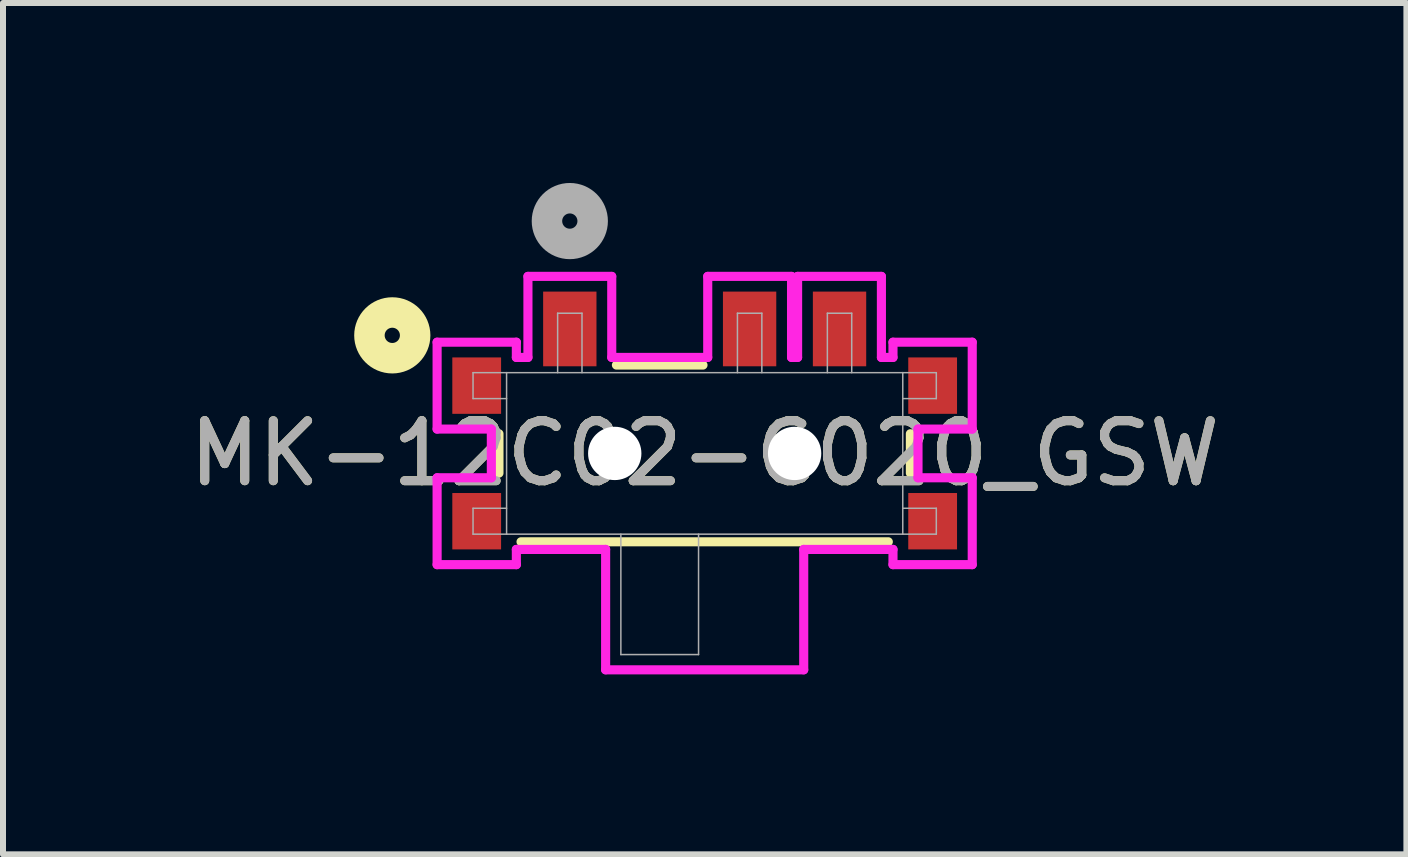
<source format=kicad_pcb>
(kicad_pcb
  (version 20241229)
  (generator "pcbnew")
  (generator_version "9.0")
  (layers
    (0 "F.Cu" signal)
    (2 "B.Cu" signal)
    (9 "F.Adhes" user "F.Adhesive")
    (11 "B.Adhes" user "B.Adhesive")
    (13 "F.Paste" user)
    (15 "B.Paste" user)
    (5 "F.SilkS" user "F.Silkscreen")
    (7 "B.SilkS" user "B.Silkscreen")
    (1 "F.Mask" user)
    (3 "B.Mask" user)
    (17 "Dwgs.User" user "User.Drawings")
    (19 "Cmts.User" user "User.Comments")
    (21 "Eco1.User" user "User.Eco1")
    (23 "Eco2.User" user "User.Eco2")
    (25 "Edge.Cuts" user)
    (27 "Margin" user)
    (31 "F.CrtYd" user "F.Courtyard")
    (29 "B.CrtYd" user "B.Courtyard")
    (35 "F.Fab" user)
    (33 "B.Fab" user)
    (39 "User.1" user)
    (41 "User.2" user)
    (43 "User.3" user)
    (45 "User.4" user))
  (footprint "MK-12C02-G020_GSW"
    (layer "F.Cu")
    (at 8.696 4.508)
    (property "Reference" "MK-12C02-G020_GSW" (at 0 0 0) (unlocked yes) (layer "F.SilkS") (effects (font (size 1 1) (thickness 0.15))))
    (attr smd)
    (fp_line (start -3.429 -0.328) (end -3.429 0.328) (stroke (width 0.152) (type solid)) (layer "F.SilkS"))
    (fp_line (start -3.061 1.473) (end 3.061 1.473) (stroke (width 0.152) (type solid)) (layer "F.SilkS"))
    (fp_line (start -0.028 -1.473) (end -1.471 -1.473) (stroke (width 0.152) (type solid)) (layer "F.SilkS"))
    (fp_line (start 3.429 0.328) (end 3.429 -0.328) (stroke (width 0.152) (type solid)) (layer "F.SilkS"))
    (fp_circle (center -5.207 -1.968) (end -4.826 -1.968) (stroke (width 0.508) (type solid)) (fill no) (layer "F.SilkS"))
    (fp_line (start -4.46 -1.854) (end -4.46 -0.406) (stroke (width 0.152) (type solid)) (layer "F.CrtYd"))
    (fp_line (start -4.46 -0.406) (end -3.556 -0.406) (stroke (width 0.152) (type solid)) (layer "F.CrtYd"))
    (fp_line (start -4.46 0.406) (end -4.46 1.854) (stroke (width 0.152) (type solid)) (layer "F.CrtYd"))
    (fp_line (start -4.46 1.854) (end -3.139 1.854) (stroke (width 0.152) (type solid)) (layer "F.CrtYd"))
    (fp_line (start -3.556 -0.406) (end -3.556 0.406) (stroke (width 0.152) (type solid)) (layer "F.CrtYd"))
    (fp_line (start -3.556 0.406) (end -4.46 0.406) (stroke (width 0.152) (type solid)) (layer "F.CrtYd"))
    (fp_line (start -3.139 -1.854) (end -4.46 -1.854) (stroke (width 0.152) (type solid)) (layer "F.CrtYd"))
    (fp_line (start -3.139 -1.6) (end -3.139 -1.854) (stroke (width 0.152) (type solid)) (layer "F.CrtYd"))
    (fp_line (start -3.139 1.6) (end -1.651 1.6) (stroke (width 0.152) (type solid)) (layer "F.CrtYd"))
    (fp_line (start -3.139 1.854) (end -3.139 1.6) (stroke (width 0.152) (type solid)) (layer "F.CrtYd"))
    (fp_line (start -2.946 -2.951) (end -2.946 -1.6) (stroke (width 0.152) (type solid)) (layer "F.CrtYd"))
    (fp_line (start -2.946 -1.6) (end -3.139 -1.6) (stroke (width 0.152) (type solid)) (layer "F.CrtYd"))
    (fp_line (start -1.651 1.6) (end -1.651 3.607) (stroke (width 0.152) (type solid)) (layer "F.CrtYd"))
    (fp_line (start -1.651 3.607) (end 1.651 3.607) (stroke (width 0.152) (type solid)) (layer "F.CrtYd"))
    (fp_line (start -1.549 -2.951) (end -2.946 -2.951) (stroke (width 0.152) (type solid)) (layer "F.CrtYd"))
    (fp_line (start -1.549 -1.6) (end -1.549 -2.951) (stroke (width 0.152) (type solid)) (layer "F.CrtYd"))
    (fp_line (start 0.051 -2.951) (end 0.051 -1.6) (stroke (width 0.152) (type solid)) (layer "F.CrtYd"))
    (fp_line (start 0.051 -1.6) (end -1.549 -1.6) (stroke (width 0.152) (type solid)) (layer "F.CrtYd"))
    (fp_line (start 1.448 -2.951) (end 0.051 -2.951) (stroke (width 0.152) (type solid)) (layer "F.CrtYd"))
    (fp_line (start 1.448 -1.6) (end 1.448 -2.951) (stroke (width 0.152) (type solid)) (layer "F.CrtYd"))
    (fp_line (start 1.549 -2.951) (end 1.549 -1.6) (stroke (width 0.152) (type solid)) (layer "F.CrtYd"))
    (fp_line (start 1.549 -1.6) (end 1.448 -1.6) (stroke (width 0.152) (type solid)) (layer "F.CrtYd"))
    (fp_line (start 1.651 1.6) (end 3.139 1.6) (stroke (width 0.152) (type solid)) (layer "F.CrtYd"))
    (fp_line (start 1.651 3.607) (end 1.651 1.6) (stroke (width 0.152) (type solid)) (layer "F.CrtYd"))
    (fp_line (start 2.946 -2.951) (end 1.549 -2.951) (stroke (width 0.152) (type solid)) (layer "F.CrtYd"))
    (fp_line (start 2.946 -1.6) (end 2.946 -2.951) (stroke (width 0.152) (type solid)) (layer "F.CrtYd"))
    (fp_line (start 3.139 -1.854) (end 3.139 -1.6) (stroke (width 0.152) (type solid)) (layer "F.CrtYd"))
    (fp_line (start 3.139 -1.6) (end 2.946 -1.6) (stroke (width 0.152) (type solid)) (layer "F.CrtYd"))
    (fp_line (start 3.139 1.6) (end 3.139 1.854) (stroke (width 0.152) (type solid)) (layer "F.CrtYd"))
    (fp_line (start 3.139 1.854) (end 4.46 1.854) (stroke (width 0.152) (type solid)) (layer "F.CrtYd"))
    (fp_line (start 3.556 -0.406) (end 4.46 -0.406) (stroke (width 0.152) (type solid)) (layer "F.CrtYd"))
    (fp_line (start 3.556 0.406) (end 3.556 -0.406) (stroke (width 0.152) (type solid)) (layer "F.CrtYd"))
    (fp_line (start 4.46 -1.854) (end 3.139 -1.854) (stroke (width 0.152) (type solid)) (layer "F.CrtYd"))
    (fp_line (start 4.46 -0.406) (end 4.46 -1.854) (stroke (width 0.152) (type solid)) (layer "F.CrtYd"))
    (fp_line (start 4.46 0.406) (end 3.556 0.406) (stroke (width 0.152) (type solid)) (layer "F.CrtYd"))
    (fp_line (start 4.46 1.854) (end 4.46 0.406) (stroke (width 0.152) (type solid)) (layer "F.CrtYd"))
    (fp_line (start -3.861 -1.346) (end -3.861 -0.914) (stroke (width 0.025) (type solid)) (layer "F.Fab"))
    (fp_line (start -3.861 0.914) (end -3.302 0.914) (stroke (width 0.025) (type solid)) (layer "F.Fab"))
    (fp_line (start -3.861 1.346) (end -3.861 0.914) (stroke (width 0.025) (type solid)) (layer "F.Fab"))
    (fp_line (start -3.302 -1.346) (end -3.861 -1.346) (stroke (width 0.025) (type solid)) (layer "F.Fab"))
    (fp_line (start -3.302 -1.346) (end -3.302 1.346) (stroke (width 0.025) (type solid)) (layer "F.Fab"))
    (fp_line (start -3.302 -0.914) (end -3.861 -0.914) (stroke (width 0.025) (type solid)) (layer "F.Fab"))
    (fp_line (start -3.302 1.346) (end -3.861 1.346) (stroke (width 0.025) (type solid)) (layer "F.Fab"))
    (fp_line (start -3.302 1.346) (end 3.302 1.346) (stroke (width 0.025) (type solid)) (layer "F.Fab"))
    (fp_line (start -2.451 -2.337) (end -2.045 -2.337) (stroke (width 0.025) (type solid)) (layer "F.Fab"))
    (fp_line (start -2.451 -1.346) (end -2.451 -2.337) (stroke (width 0.025) (type solid)) (layer "F.Fab"))
    (fp_line (start -2.045 -2.337) (end -2.045 -1.346) (stroke (width 0.025) (type solid)) (layer "F.Fab"))
    (fp_line (start -1.397 1.346) (end -1.397 3.353) (stroke (width 0.025) (type solid)) (layer "F.Fab"))
    (fp_line (start -1.397 3.353) (end -0.102 3.353) (stroke (width 0.025) (type solid)) (layer "F.Fab"))
    (fp_line (start -0.102 3.353) (end -0.102 1.346) (stroke (width 0.025) (type solid)) (layer "F.Fab"))
    (fp_line (start 0.546 -2.337) (end 0.953 -2.337) (stroke (width 0.025) (type solid)) (layer "F.Fab"))
    (fp_line (start 0.546 -1.346) (end 0.546 -2.337) (stroke (width 0.025) (type solid)) (layer "F.Fab"))
    (fp_line (start 0.953 -2.337) (end 0.953 -1.346) (stroke (width 0.025) (type solid)) (layer "F.Fab"))
    (fp_line (start 2.045 -2.337) (end 2.451 -2.337) (stroke (width 0.025) (type solid)) (layer "F.Fab"))
    (fp_line (start 2.045 -1.346) (end 2.045 -2.337) (stroke (width 0.025) (type solid)) (layer "F.Fab"))
    (fp_line (start 2.451 -2.337) (end 2.451 -1.346) (stroke (width 0.025) (type solid)) (layer "F.Fab"))
    (fp_line (start 3.302 -1.346) (end -3.302 -1.346) (stroke (width 0.025) (type solid)) (layer "F.Fab"))
    (fp_line (start 3.302 -0.914) (end 3.861 -0.914) (stroke (width 0.025) (type solid)) (layer "F.Fab"))
    (fp_line (start 3.302 1.346) (end 3.302 -1.346) (stroke (width 0.025) (type solid)) (layer "F.Fab"))
    (fp_line (start 3.302 1.346) (end 3.861 1.346) (stroke (width 0.025) (type solid)) (layer "F.Fab"))
    (fp_line (start 3.861 -1.346) (end 3.302 -1.346) (stroke (width 0.025) (type solid)) (layer "F.Fab"))
    (fp_line (start 3.861 -0.914) (end 3.861 -1.346) (stroke (width 0.025) (type solid)) (layer "F.Fab"))
    (fp_line (start 3.861 0.914) (end 3.302 0.914) (stroke (width 0.025) (type solid)) (layer "F.Fab"))
    (fp_line (start 3.861 1.346) (end 3.861 0.914) (stroke (width 0.025) (type solid)) (layer "F.Fab"))
    (fp_circle (center -2.248 -3.873) (end -1.867 -3.873) (stroke (width 0.508) (type solid)) (fill no) (layer "F.Fab"))
    (fp_text user "${REFERENCE}" (at 0 0 0) (unlocked yes) (layer "F.Fab") (effects (font (size 1 1) (thickness 0.15))))
    (pad "" np_thru_hole circle (at -1.499 0) (size 0.889 0.889) (drill 0.889) (layers "*.Cu" "*.Mask"))
    (pad "" np_thru_hole circle (at 1.499 0) (size 0.889 0.889) (drill 0.889) (layers "*.Cu" "*.Mask"))
    (pad "1" smd rect (at -2.248 -2.075) (size 0.889 1.245) (layers "F.Cu" "F.Mask" "F.Paste"))
    (pad "2" smd rect (at 0.749 -2.075) (size 0.889 1.245) (layers "F.Cu" "F.Mask" "F.Paste"))
    (pad "3" smd rect (at 2.248 -2.075) (size 0.889 1.245) (layers "F.Cu" "F.Mask" "F.Paste"))
    (pad "6" smd rect (at -3.8 -1.13) (size 0.813 0.94) (layers "F.Cu" "F.Mask" "F.Paste"))
    (pad "7" smd rect (at 3.8 -1.13) (size 0.813 0.94) (layers "F.Cu" "F.Mask" "F.Paste"))
    (pad "8" smd rect (at -3.8 1.13) (size 0.813 0.94) (layers "F.Cu" "F.Mask" "F.Paste"))
    (pad "9" smd rect (at 3.8 1.13) (size 0.813 0.94) (layers "F.Cu" "F.Mask" "F.Paste")))
  (gr_rect
    (start -3 -3)
    (end 20.393 11.191)
    (stroke (width 0.1) (type default))
    (fill no)
    (layer "Edge.Cuts")))
</source>
